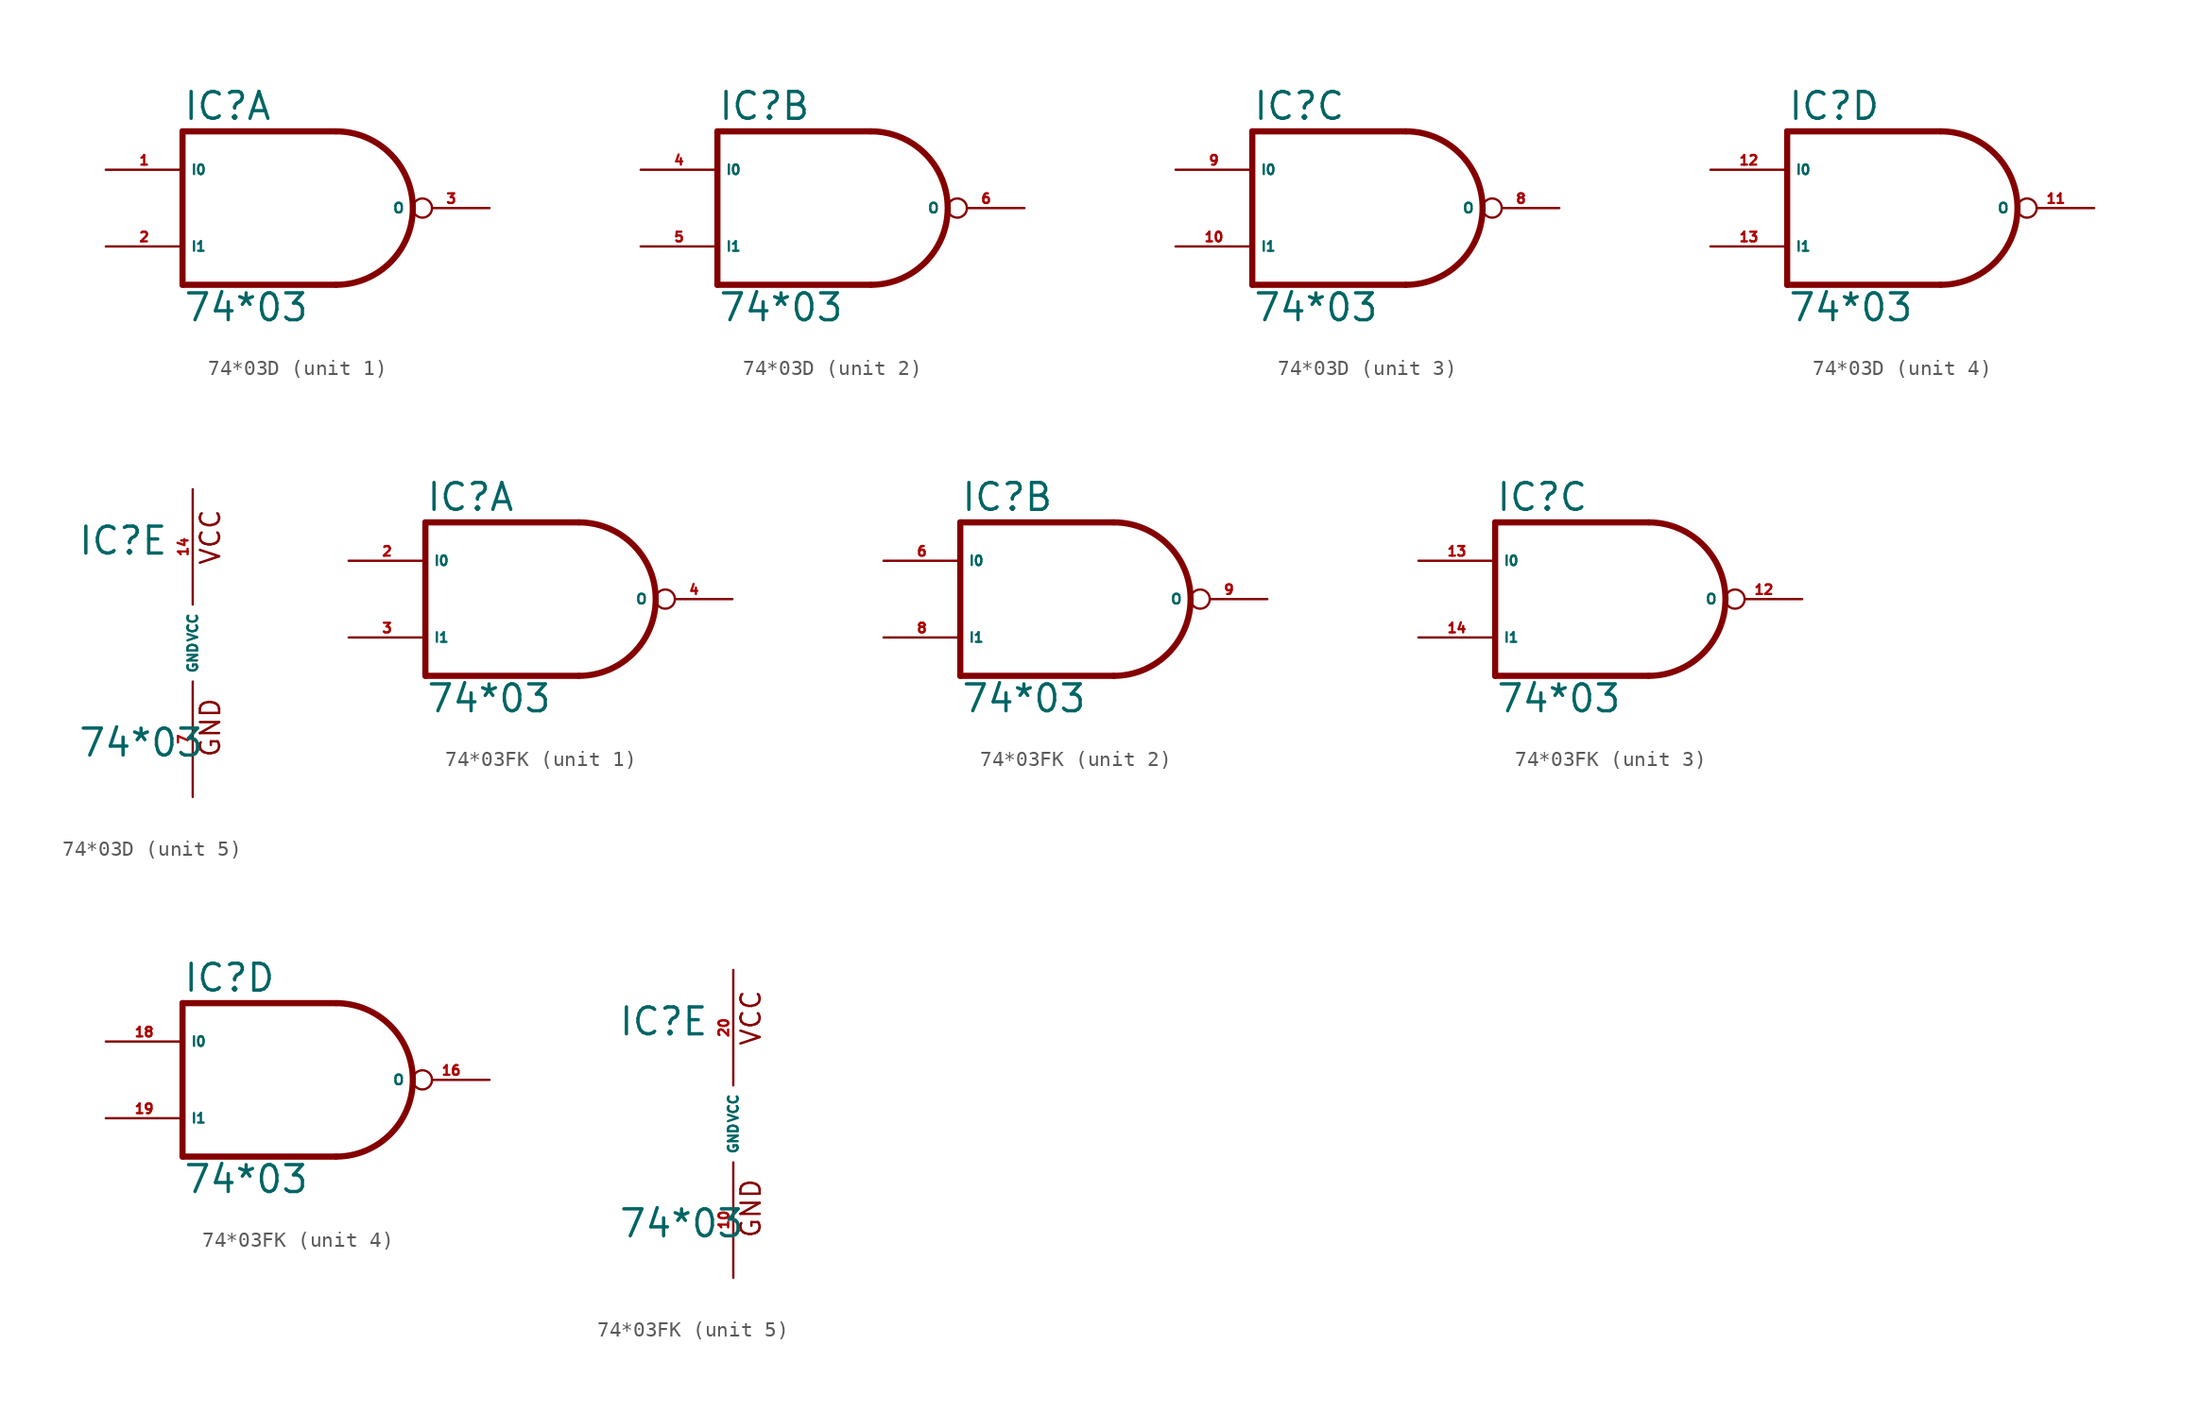
<source format=kicad_sym>
(kicad_symbol_lib
  (version 20220914)
  (generator Eagle2Kicad)
  (symbol "74*03D"
    (property "Reference" "IC"
      (at -7.62 5.715 0)
      (effects (font (size 1.778 1.778) (thickness 0.22)) (justify left bottom)))
    (property "Value" "74*03"
      (at -7.62 -7.62 0)
      (effects (font (size 1.778 1.778) (thickness 0.22)) (justify left bottom)))
    (symbol "74*03D_1_0"
      (polyline (pts (xy 2.54 5.08) (xy -7.62 5.08)) (stroke (width 0.406) (type default)) (fill (type none)))
      (polyline (pts (xy -7.62 5.08) (xy -7.62 -5.08)) (stroke (width 0.406) (type default)) (fill (type none)))
      (polyline (pts (xy -7.62 -5.08) (xy 2.54 -5.08)) (stroke (width 0.406) (type default)) (fill (type none)))
      (arc (start 2.54 -5.08) (mid 7.620 0.000) (end 2.54 5.08) (stroke (width 0.4064) (type default)) (fill (type none)))
      (pin input line (at -12.7 2.54 0) (length 5.08) (name "I0" (effects (font (size 0.635 0.635) (thickness 0.08)) (justify left bottom))) (number "1" (effects (font (size 0.635 0.635) (thickness 0.08)) (justify left bottom))))
      (pin input line (at -12.7 -2.54 0) (length 5.08) (name "I1" (effects (font (size 0.635 0.635) (thickness 0.08)) (justify left bottom))) (number "2" (effects (font (size 0.635 0.635) (thickness 0.08)) (justify left bottom))))
      (pin open_collector inverted (at 12.7 0 180) (length 5.08) (name "O" (effects (font (size 0.635 0.635) (thickness 0.08)) (justify left bottom))) (number "3" (effects (font (size 0.635 0.635) (thickness 0.08)) (justify left bottom)))))
    (symbol "74*03D_2_0"
      (polyline (pts (xy 2.54 5.08) (xy -7.62 5.08)) (stroke (width 0.406) (type default)) (fill (type none)))
      (polyline (pts (xy -7.62 5.08) (xy -7.62 -5.08)) (stroke (width 0.406) (type default)) (fill (type none)))
      (polyline (pts (xy -7.62 -5.08) (xy 2.54 -5.08)) (stroke (width 0.406) (type default)) (fill (type none)))
      (arc (start 2.54 -5.08) (mid 7.620 0.000) (end 2.54 5.08) (stroke (width 0.4064) (type default)) (fill (type none)))
      (pin input line (at -12.7 2.54 0) (length 5.08) (name "I0" (effects (font (size 0.635 0.635) (thickness 0.08)) (justify left bottom))) (number "4" (effects (font (size 0.635 0.635) (thickness 0.08)) (justify left bottom))))
      (pin input line (at -12.7 -2.54 0) (length 5.08) (name "I1" (effects (font (size 0.635 0.635) (thickness 0.08)) (justify left bottom))) (number "5" (effects (font (size 0.635 0.635) (thickness 0.08)) (justify left bottom))))
      (pin open_collector inverted (at 12.7 0 180) (length 5.08) (name "O" (effects (font (size 0.635 0.635) (thickness 0.08)) (justify left bottom))) (number "6" (effects (font (size 0.635 0.635) (thickness 0.08)) (justify left bottom)))))
    (symbol "74*03D_3_0"
      (polyline (pts (xy 2.54 5.08) (xy -7.62 5.08)) (stroke (width 0.406) (type default)) (fill (type none)))
      (polyline (pts (xy -7.62 5.08) (xy -7.62 -5.08)) (stroke (width 0.406) (type default)) (fill (type none)))
      (polyline (pts (xy -7.62 -5.08) (xy 2.54 -5.08)) (stroke (width 0.406) (type default)) (fill (type none)))
      (arc (start 2.54 -5.08) (mid 7.620 0.000) (end 2.54 5.08) (stroke (width 0.4064) (type default)) (fill (type none)))
      (pin input line (at -12.7 2.54 0) (length 5.08) (name "I0" (effects (font (size 0.635 0.635) (thickness 0.08)) (justify left bottom))) (number "9" (effects (font (size 0.635 0.635) (thickness 0.08)) (justify left bottom))))
      (pin input line (at -12.7 -2.54 0) (length 5.08) (name "I1" (effects (font (size 0.635 0.635) (thickness 0.08)) (justify left bottom))) (number "10" (effects (font (size 0.635 0.635) (thickness 0.08)) (justify left bottom))))
      (pin open_collector inverted (at 12.7 0 180) (length 5.08) (name "O" (effects (font (size 0.635 0.635) (thickness 0.08)) (justify left bottom))) (number "8" (effects (font (size 0.635 0.635) (thickness 0.08)) (justify left bottom)))))
    (symbol "74*03D_4_0"
      (polyline (pts (xy 2.54 5.08) (xy -7.62 5.08)) (stroke (width 0.406) (type default)) (fill (type none)))
      (polyline (pts (xy -7.62 5.08) (xy -7.62 -5.08)) (stroke (width 0.406) (type default)) (fill (type none)))
      (polyline (pts (xy -7.62 -5.08) (xy 2.54 -5.08)) (stroke (width 0.406) (type default)) (fill (type none)))
      (arc (start 2.54 -5.08) (mid 7.620 0.000) (end 2.54 5.08) (stroke (width 0.4064) (type default)) (fill (type none)))
      (pin input line (at -12.7 2.54 0) (length 5.08) (name "I0" (effects (font (size 0.635 0.635) (thickness 0.08)) (justify left bottom))) (number "12" (effects (font (size 0.635 0.635) (thickness 0.08)) (justify left bottom))))
      (pin input line (at -12.7 -2.54 0) (length 5.08) (name "I1" (effects (font (size 0.635 0.635) (thickness 0.08)) (justify left bottom))) (number "13" (effects (font (size 0.635 0.635) (thickness 0.08)) (justify left bottom))))
      (pin open_collector inverted (at 12.7 0 180) (length 5.08) (name "O" (effects (font (size 0.635 0.635) (thickness 0.08)) (justify left bottom))) (number "11" (effects (font (size 0.635 0.635) (thickness 0.08)) (justify left bottom)))))
    (symbol "74*03D_5_0"
      (text "GND" (at 1.905 -7.62 900) (effects (font (size 1.27 1.27) (thickness 0.16)) (justify left bottom)))
      (text "VCC" (at 1.905 5.08 900) (effects (font (size 1.27 1.27) (thickness 0.16)) (justify left bottom)))
      (pin unspecified line (at 0 -10.16 90) (length 7.62) (name "GND" (effects (font (size 0.635 0.635) (thickness 0.08)) (justify left bottom))) (number "7" (effects (font (size 0.635 0.635) (thickness 0.08)) (justify left bottom))))
      (pin unspecified line (at 0 10.16 270) (length 7.62) (name "VCC" (effects (font (size 0.635 0.635) (thickness 0.08)) (justify left bottom))) (number "14" (effects (font (size 0.635 0.635) (thickness 0.08)) (justify left bottom))))))
  (symbol "74*03FK"
    (property "Reference" "IC"
      (at -7.62 5.715 0)
      (effects (font (size 1.778 1.778) (thickness 0.22)) (justify left bottom)))
    (property "Value" "74*03"
      (at -7.62 -7.62 0)
      (effects (font (size 1.778 1.778) (thickness 0.22)) (justify left bottom)))
    (symbol "74*03FK_1_0"
      (polyline (pts (xy 2.54 5.08) (xy -7.62 5.08)) (stroke (width 0.406) (type default)) (fill (type none)))
      (polyline (pts (xy -7.62 5.08) (xy -7.62 -5.08)) (stroke (width 0.406) (type default)) (fill (type none)))
      (polyline (pts (xy -7.62 -5.08) (xy 2.54 -5.08)) (stroke (width 0.406) (type default)) (fill (type none)))
      (arc (start 2.54 -5.08) (mid 7.620 0.000) (end 2.54 5.08) (stroke (width 0.4064) (type default)) (fill (type none)))
      (pin input line (at -12.7 2.54 0) (length 5.08) (name "I0" (effects (font (size 0.635 0.635) (thickness 0.08)) (justify left bottom))) (number "2" (effects (font (size 0.635 0.635) (thickness 0.08)) (justify left bottom))))
      (pin input line (at -12.7 -2.54 0) (length 5.08) (name "I1" (effects (font (size 0.635 0.635) (thickness 0.08)) (justify left bottom))) (number "3" (effects (font (size 0.635 0.635) (thickness 0.08)) (justify left bottom))))
      (pin open_collector inverted (at 12.7 0 180) (length 5.08) (name "O" (effects (font (size 0.635 0.635) (thickness 0.08)) (justify left bottom))) (number "4" (effects (font (size 0.635 0.635) (thickness 0.08)) (justify left bottom)))))
    (symbol "74*03FK_2_0"
      (polyline (pts (xy 2.54 5.08) (xy -7.62 5.08)) (stroke (width 0.406) (type default)) (fill (type none)))
      (polyline (pts (xy -7.62 5.08) (xy -7.62 -5.08)) (stroke (width 0.406) (type default)) (fill (type none)))
      (polyline (pts (xy -7.62 -5.08) (xy 2.54 -5.08)) (stroke (width 0.406) (type default)) (fill (type none)))
      (arc (start 2.54 -5.08) (mid 7.620 0.000) (end 2.54 5.08) (stroke (width 0.4064) (type default)) (fill (type none)))
      (pin input line (at -12.7 2.54 0) (length 5.08) (name "I0" (effects (font (size 0.635 0.635) (thickness 0.08)) (justify left bottom))) (number "6" (effects (font (size 0.635 0.635) (thickness 0.08)) (justify left bottom))))
      (pin input line (at -12.7 -2.54 0) (length 5.08) (name "I1" (effects (font (size 0.635 0.635) (thickness 0.08)) (justify left bottom))) (number "8" (effects (font (size 0.635 0.635) (thickness 0.08)) (justify left bottom))))
      (pin open_collector inverted (at 12.7 0 180) (length 5.08) (name "O" (effects (font (size 0.635 0.635) (thickness 0.08)) (justify left bottom))) (number "9" (effects (font (size 0.635 0.635) (thickness 0.08)) (justify left bottom)))))
    (symbol "74*03FK_3_0"
      (polyline (pts (xy 2.54 5.08) (xy -7.62 5.08)) (stroke (width 0.406) (type default)) (fill (type none)))
      (polyline (pts (xy -7.62 5.08) (xy -7.62 -5.08)) (stroke (width 0.406) (type default)) (fill (type none)))
      (polyline (pts (xy -7.62 -5.08) (xy 2.54 -5.08)) (stroke (width 0.406) (type default)) (fill (type none)))
      (arc (start 2.54 -5.08) (mid 7.620 0.000) (end 2.54 5.08) (stroke (width 0.4064) (type default)) (fill (type none)))
      (pin input line (at -12.7 2.54 0) (length 5.08) (name "I0" (effects (font (size 0.635 0.635) (thickness 0.08)) (justify left bottom))) (number "13" (effects (font (size 0.635 0.635) (thickness 0.08)) (justify left bottom))))
      (pin input line (at -12.7 -2.54 0) (length 5.08) (name "I1" (effects (font (size 0.635 0.635) (thickness 0.08)) (justify left bottom))) (number "14" (effects (font (size 0.635 0.635) (thickness 0.08)) (justify left bottom))))
      (pin open_collector inverted (at 12.7 0 180) (length 5.08) (name "O" (effects (font (size 0.635 0.635) (thickness 0.08)) (justify left bottom))) (number "12" (effects (font (size 0.635 0.635) (thickness 0.08)) (justify left bottom)))))
    (symbol "74*03FK_4_0"
      (polyline (pts (xy 2.54 5.08) (xy -7.62 5.08)) (stroke (width 0.406) (type default)) (fill (type none)))
      (polyline (pts (xy -7.62 5.08) (xy -7.62 -5.08)) (stroke (width 0.406) (type default)) (fill (type none)))
      (polyline (pts (xy -7.62 -5.08) (xy 2.54 -5.08)) (stroke (width 0.406) (type default)) (fill (type none)))
      (arc (start 2.54 -5.08) (mid 7.620 0.000) (end 2.54 5.08) (stroke (width 0.4064) (type default)) (fill (type none)))
      (pin input line (at -12.7 2.54 0) (length 5.08) (name "I0" (effects (font (size 0.635 0.635) (thickness 0.08)) (justify left bottom))) (number "18" (effects (font (size 0.635 0.635) (thickness 0.08)) (justify left bottom))))
      (pin input line (at -12.7 -2.54 0) (length 5.08) (name "I1" (effects (font (size 0.635 0.635) (thickness 0.08)) (justify left bottom))) (number "19" (effects (font (size 0.635 0.635) (thickness 0.08)) (justify left bottom))))
      (pin open_collector inverted (at 12.7 0 180) (length 5.08) (name "O" (effects (font (size 0.635 0.635) (thickness 0.08)) (justify left bottom))) (number "16" (effects (font (size 0.635 0.635) (thickness 0.08)) (justify left bottom)))))
    (symbol "74*03FK_5_0"
      (text "GND" (at 1.905 -7.62 900) (effects (font (size 1.27 1.27) (thickness 0.16)) (justify left bottom)))
      (text "VCC" (at 1.905 5.08 900) (effects (font (size 1.27 1.27) (thickness 0.16)) (justify left bottom)))
      (pin unspecified line (at 0 -10.16 90) (length 7.62) (name "GND" (effects (font (size 0.635 0.635) (thickness 0.08)) (justify left bottom))) (number "10" (effects (font (size 0.635 0.635) (thickness 0.08)) (justify left bottom))))
      (pin unspecified line (at 0 10.16 270) (length 7.62) (name "VCC" (effects (font (size 0.635 0.635) (thickness 0.08)) (justify left bottom))) (number "20" (effects (font (size 0.635 0.635) (thickness 0.08)) (justify left bottom)))))))
</source>
